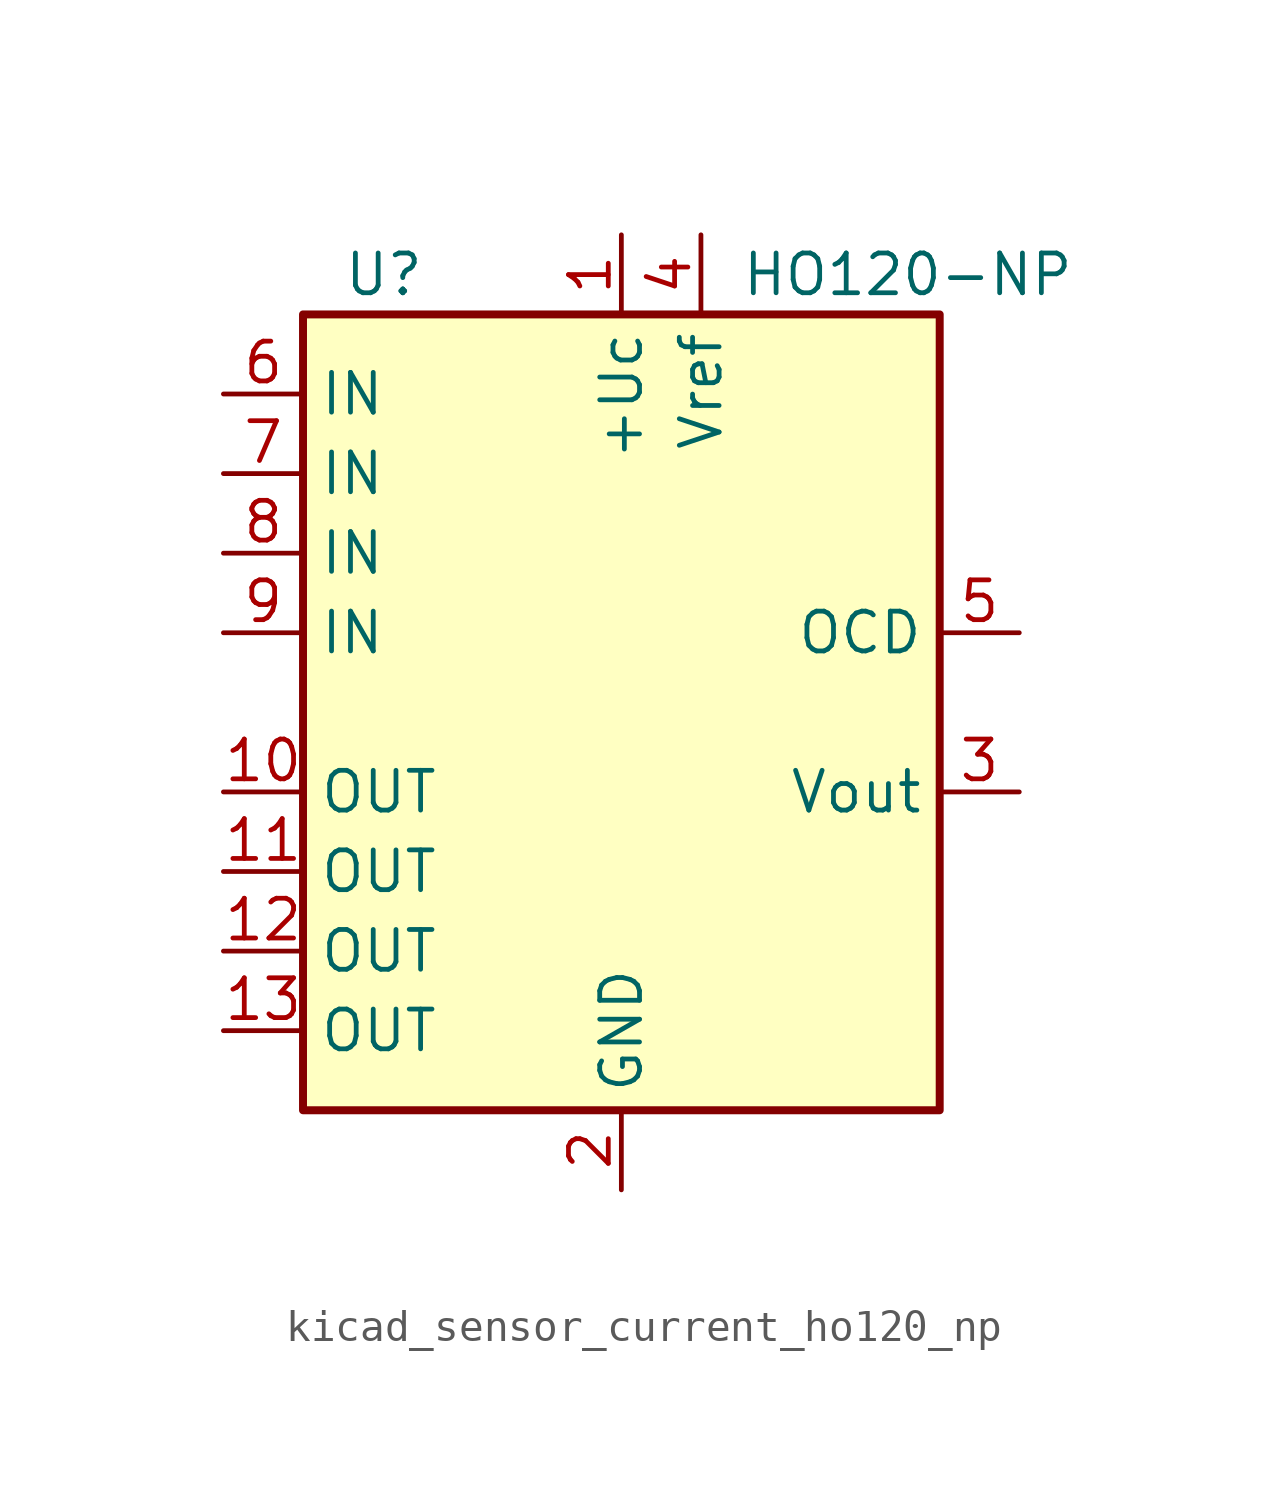
<source format=kicad_sym>
(kicad_symbol_lib
  (version 20220914)
  (generator kicad_symbol_editor)
  (symbol "kicad_sensor_current_ho120_np"
    (property "Reference" "U"
      (at -8.89 13.97 0)
      (effects (font (size 1.27 1.27)) (justify left)))
    (property "Value" "HO120-NP"
      (at 3.81 13.97 0)
      (effects (font (size 1.27 1.27)) (justify left)))
    (symbol "kicad_sensor_current_ho120_np_0_1"
      (rectangle (start -10.16 12.7) (end 10.16 -12.7) (stroke (width 0.254) (type default)) (fill (type background))))
    (symbol "kicad_sensor_current_ho120_np_1_1"
      (pin power_in line (at 0 15.24 270) (length 2.54) (name "+Uc" (effects (font (size 1.27 1.27)))) (number "1" (effects (font (size 1.27 1.27)))))
      (pin passive line (at -12.7 -2.54 0) (length 2.54) (name "OUT" (effects (font (size 1.27 1.27)))) (number "10" (effects (font (size 1.27 1.27)))))
      (pin passive line (at -12.7 -5.08 0) (length 2.54) (name "OUT" (effects (font (size 1.27 1.27)))) (number "11" (effects (font (size 1.27 1.27)))))
      (pin passive line (at -12.7 -7.62 0) (length 2.54) (name "OUT" (effects (font (size 1.27 1.27)))) (number "12" (effects (font (size 1.27 1.27)))))
      (pin passive line (at -12.7 -10.16 0) (length 2.54) (name "OUT" (effects (font (size 1.27 1.27)))) (number "13" (effects (font (size 1.27 1.27)))))
      (pin power_in line (at 0 -15.24 90) (length 2.54) (name "GND" (effects (font (size 1.27 1.27)))) (number "2" (effects (font (size 1.27 1.27)))))
      (pin output line (at 12.7 -2.54 180) (length 2.54) (name "Vout" (effects (font (size 1.27 1.27)))) (number "3" (effects (font (size 1.27 1.27)))))
      (pin passive line (at 2.54 15.24 270) (length 2.54) (name "Vref" (effects (font (size 1.27 1.27)))) (number "4" (effects (font (size 1.27 1.27)))))
      (pin open_collector line (at 12.7 2.54 180) (length 2.54) (name "OCD" (effects (font (size 1.27 1.27)))) (number "5" (effects (font (size 1.27 1.27)))))
      (pin passive line (at -12.7 10.16 0) (length 2.54) (name "IN" (effects (font (size 1.27 1.27)))) (number "6" (effects (font (size 1.27 1.27)))))
      (pin passive line (at -12.7 7.62 0) (length 2.54) (name "IN" (effects (font (size 1.27 1.27)))) (number "7" (effects (font (size 1.27 1.27)))))
      (pin passive line (at -12.7 5.08 0) (length 2.54) (name "IN" (effects (font (size 1.27 1.27)))) (number "8" (effects (font (size 1.27 1.27)))))
      (pin passive line (at -12.7 2.54 0) (length 2.54) (name "IN" (effects (font (size 1.27 1.27)))) (number "9" (effects (font (size 1.27 1.27))))))))
</source>
